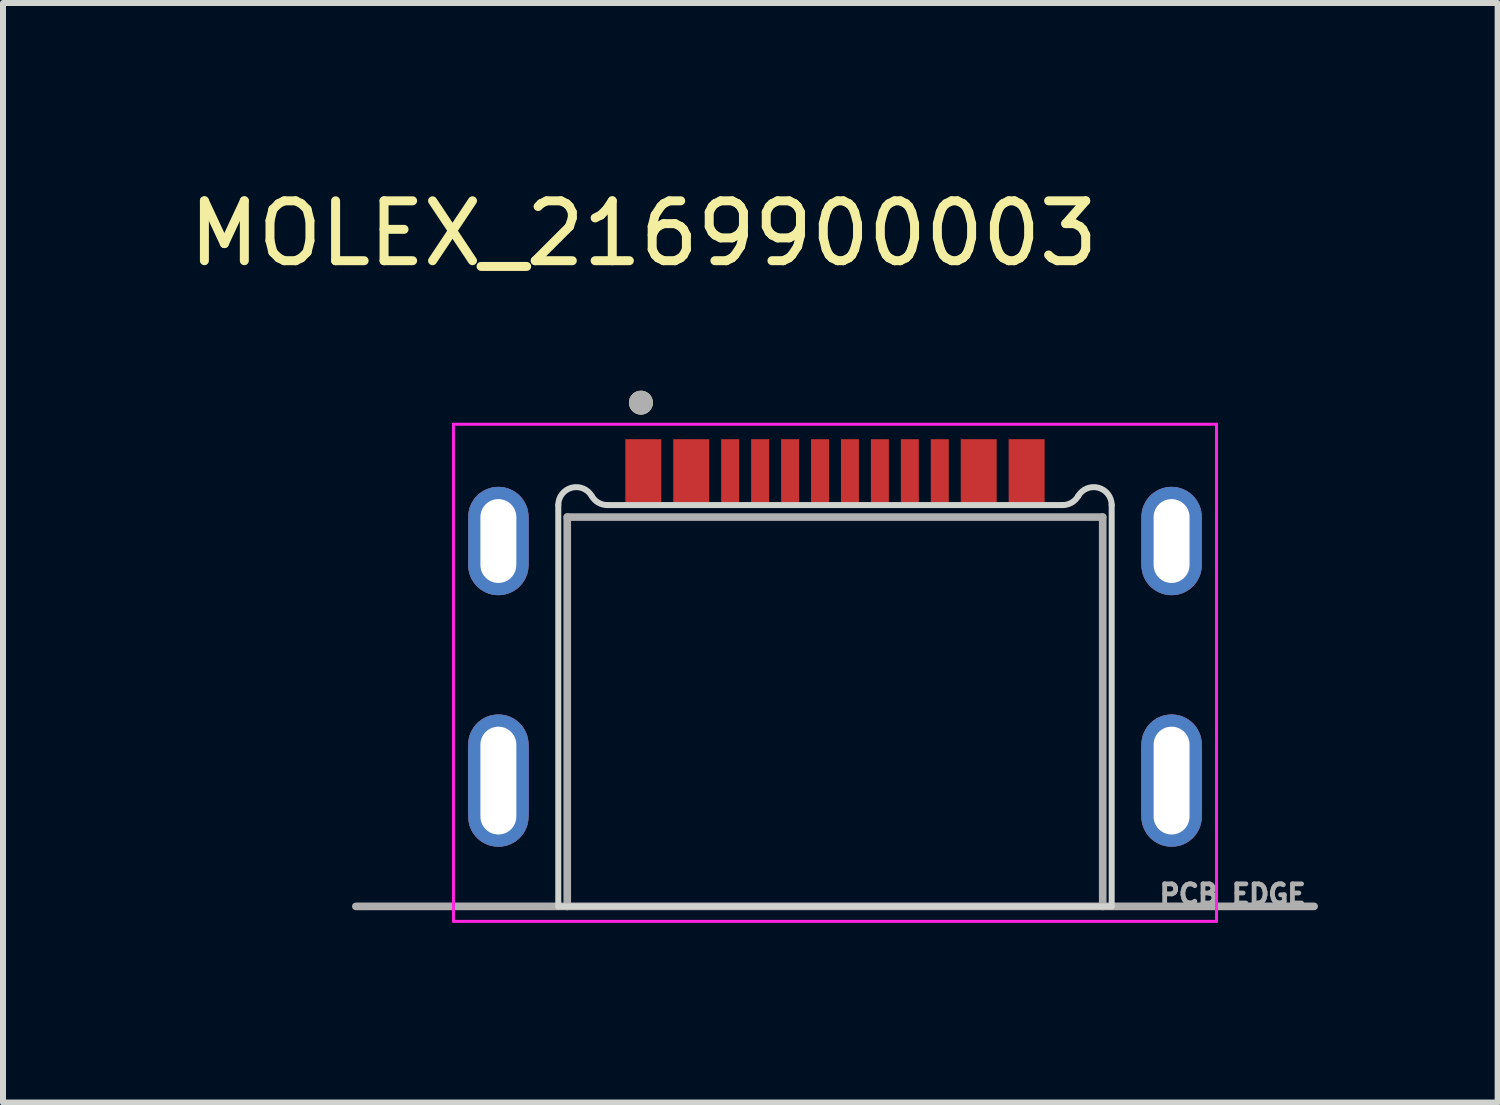
<source format=kicad_pcb>
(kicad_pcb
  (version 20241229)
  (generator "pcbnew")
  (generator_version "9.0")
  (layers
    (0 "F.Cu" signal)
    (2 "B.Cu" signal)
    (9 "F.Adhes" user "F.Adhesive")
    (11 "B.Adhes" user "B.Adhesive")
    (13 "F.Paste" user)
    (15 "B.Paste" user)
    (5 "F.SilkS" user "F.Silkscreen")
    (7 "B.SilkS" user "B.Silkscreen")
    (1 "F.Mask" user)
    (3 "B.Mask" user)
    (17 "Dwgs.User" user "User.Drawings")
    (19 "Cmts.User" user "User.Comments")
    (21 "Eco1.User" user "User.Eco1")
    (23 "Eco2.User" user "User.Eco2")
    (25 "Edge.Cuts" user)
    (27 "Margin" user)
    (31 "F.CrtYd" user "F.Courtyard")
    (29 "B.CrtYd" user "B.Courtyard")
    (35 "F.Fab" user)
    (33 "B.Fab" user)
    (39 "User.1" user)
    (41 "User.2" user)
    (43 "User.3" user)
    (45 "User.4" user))
  (footprint "MOLEX_2169900003"
    (layer "F.Cu")
    (at 10.891 9.983)
    (property "Reference" "MOLEX_2169900003" (at -3.195 -9.135 0) (layer "F.SilkS") (effects (font (size 1 1) (thickness 0.15))))
    (attr through_hole)
    (fp_poly (pts (xy -6.12 -0.6) (xy -6.12 0.6) (xy -6.117 0.652) (xy -6.109 0.704) (xy -6.096 0.755) (xy -6.077 0.803) (xy -6.053 0.85) (xy -6.025 0.894) (xy -5.992 0.935) (xy -5.955 0.972) (xy -5.914 1.005) (xy -5.87 1.033) (xy -5.823 1.057) (xy -5.775 1.076) (xy -5.724 1.089) (xy -5.672 1.097) (xy -5.62 1.1) (xy -5.568 1.097) (xy -5.516 1.089) (xy -5.465 1.076) (xy -5.417 1.057) (xy -5.37 1.033) (xy -5.326 1.005) (xy -5.285 0.972) (xy -5.248 0.935) (xy -5.215 0.894) (xy -5.187 0.85) (xy -5.163 0.803) (xy -5.144 0.755) (xy -5.131 0.704) (xy -5.123 0.652) (xy -5.12 0.6) (xy -5.12 -0.6) (xy -5.123 -0.652) (xy -5.131 -0.704) (xy -5.144 -0.755) (xy -5.163 -0.803) (xy -5.187 -0.85) (xy -5.215 -0.894) (xy -5.248 -0.935) (xy -5.285 -0.972) (xy -5.326 -1.005) (xy -5.37 -1.033) (xy -5.417 -1.057) (xy -5.465 -1.076) (xy -5.516 -1.089) (xy -5.568 -1.097) (xy -5.62 -1.1) (xy -5.672 -1.097) (xy -5.724 -1.089) (xy -5.775 -1.076) (xy -5.823 -1.057) (xy -5.87 -1.033) (xy -5.914 -1.005) (xy -5.955 -0.972) (xy -5.992 -0.935) (xy -6.025 -0.894) (xy -6.053 -0.85) (xy -6.077 -0.803) (xy -6.096 -0.755) (xy -6.109 -0.704) (xy -6.117 -0.652) (xy -6.12 -0.6)) (stroke (width 0.01) (type solid)) (fill yes) (layer "F.Cu"))
    (fp_poly (pts (xy -5.12 -3.6) (xy -5.123 -3.548) (xy -5.131 -3.496) (xy -5.144 -3.445) (xy -5.163 -3.397) (xy -5.187 -3.35) (xy -5.215 -3.306) (xy -5.248 -3.265) (xy -5.285 -3.228) (xy -5.326 -3.195) (xy -5.37 -3.167) (xy -5.417 -3.143) (xy -5.465 -3.124) (xy -5.516 -3.111) (xy -5.568 -3.103) (xy -5.62 -3.1) (xy -5.672 -3.103) (xy -5.724 -3.111) (xy -5.775 -3.124) (xy -5.823 -3.143) (xy -5.87 -3.167) (xy -5.914 -3.195) (xy -5.955 -3.228) (xy -5.992 -3.265) (xy -6.025 -3.306) (xy -6.053 -3.35) (xy -6.077 -3.397) (xy -6.096 -3.445) (xy -6.109 -3.496) (xy -6.117 -3.548) (xy -6.12 -3.6) (xy -6.12 -4.4) (xy -6.117 -4.452) (xy -6.109 -4.504) (xy -6.096 -4.555) (xy -6.077 -4.603) (xy -6.053 -4.65) (xy -6.025 -4.694) (xy -5.992 -4.735) (xy -5.955 -4.772) (xy -5.914 -4.805) (xy -5.87 -4.833) (xy -5.823 -4.857) (xy -5.775 -4.876) (xy -5.724 -4.889) (xy -5.672 -4.897) (xy -5.62 -4.9) (xy -5.568 -4.897) (xy -5.516 -4.889) (xy -5.465 -4.876) (xy -5.417 -4.857) (xy -5.37 -4.833) (xy -5.326 -4.805) (xy -5.285 -4.772) (xy -5.248 -4.735) (xy -5.215 -4.694) (xy -5.187 -4.65) (xy -5.163 -4.603) (xy -5.144 -4.555) (xy -5.131 -4.504) (xy -5.123 -4.452) (xy -5.12 -4.4) (xy -5.12 -3.6)) (stroke (width 0.01) (type solid)) (fill yes) (layer "F.Cu"))
    (fp_poly (pts (xy 5.12 -4.4) (xy 5.12 -3.6) (xy 5.123 -3.548) (xy 5.131 -3.496) (xy 5.144 -3.445) (xy 5.163 -3.397) (xy 5.187 -3.35) (xy 5.215 -3.306) (xy 5.248 -3.265) (xy 5.285 -3.228) (xy 5.326 -3.195) (xy 5.37 -3.167) (xy 5.417 -3.143) (xy 5.465 -3.124) (xy 5.516 -3.111) (xy 5.568 -3.103) (xy 5.62 -3.1) (xy 5.672 -3.103) (xy 5.724 -3.111) (xy 5.775 -3.124) (xy 5.823 -3.143) (xy 5.87 -3.167) (xy 5.914 -3.195) (xy 5.955 -3.228) (xy 5.992 -3.265) (xy 6.025 -3.306) (xy 6.053 -3.35) (xy 6.077 -3.397) (xy 6.096 -3.445) (xy 6.109 -3.496) (xy 6.117 -3.548) (xy 6.12 -3.6) (xy 6.12 -4.4) (xy 6.117 -4.452) (xy 6.109 -4.504) (xy 6.096 -4.555) (xy 6.077 -4.603) (xy 6.053 -4.65) (xy 6.025 -4.694) (xy 5.992 -4.735) (xy 5.955 -4.772) (xy 5.914 -4.805) (xy 5.87 -4.833) (xy 5.823 -4.857) (xy 5.775 -4.876) (xy 5.724 -4.889) (xy 5.672 -4.897) (xy 5.62 -4.9) (xy 5.568 -4.897) (xy 5.516 -4.889) (xy 5.465 -4.876) (xy 5.417 -4.857) (xy 5.37 -4.833) (xy 5.326 -4.805) (xy 5.285 -4.772) (xy 5.248 -4.735) (xy 5.215 -4.694) (xy 5.187 -4.65) (xy 5.163 -4.603) (xy 5.144 -4.555) (xy 5.131 -4.504) (xy 5.123 -4.452) (xy 5.12 -4.4)) (stroke (width 0.01) (type solid)) (fill yes) (layer "F.Cu"))
    (fp_poly (pts (xy 5.12 -0.6) (xy 5.12 0.6) (xy 5.123 0.652) (xy 5.131 0.704) (xy 5.144 0.755) (xy 5.163 0.803) (xy 5.187 0.85) (xy 5.215 0.894) (xy 5.248 0.935) (xy 5.285 0.972) (xy 5.326 1.005) (xy 5.37 1.033) (xy 5.417 1.057) (xy 5.465 1.076) (xy 5.516 1.089) (xy 5.568 1.097) (xy 5.62 1.1) (xy 5.672 1.097) (xy 5.724 1.089) (xy 5.775 1.076) (xy 5.823 1.057) (xy 5.87 1.033) (xy 5.914 1.005) (xy 5.955 0.972) (xy 5.992 0.935) (xy 6.025 0.894) (xy 6.053 0.85) (xy 6.077 0.803) (xy 6.096 0.755) (xy 6.109 0.704) (xy 6.117 0.652) (xy 6.12 0.6) (xy 6.12 -0.6) (xy 6.117 -0.652) (xy 6.109 -0.704) (xy 6.096 -0.755) (xy 6.077 -0.803) (xy 6.053 -0.85) (xy 6.025 -0.894) (xy 5.992 -0.935) (xy 5.955 -0.972) (xy 5.914 -1.005) (xy 5.87 -1.033) (xy 5.823 -1.057) (xy 5.775 -1.076) (xy 5.724 -1.089) (xy 5.672 -1.097) (xy 5.62 -1.1) (xy 5.568 -1.097) (xy 5.516 -1.089) (xy 5.465 -1.076) (xy 5.417 -1.057) (xy 5.37 -1.033) (xy 5.326 -1.005) (xy 5.285 -0.972) (xy 5.248 -0.935) (xy 5.215 -0.894) (xy 5.187 -0.85) (xy 5.163 -0.803) (xy 5.144 -0.755) (xy 5.131 -0.704) (xy 5.123 -0.652) (xy 5.12 -0.6)) (stroke (width 0.01) (type solid)) (fill yes) (layer "F.Cu"))
    (fp_poly (pts (xy -6.22 -4.4) (xy -6.22 -3.6) (xy -6.217 -3.537) (xy -6.207 -3.475) (xy -6.191 -3.415) (xy -6.168 -3.356) (xy -6.14 -3.3) (xy -6.105 -3.247) (xy -6.066 -3.199) (xy -6.021 -3.154) (xy -5.973 -3.115) (xy -5.92 -3.08) (xy -5.864 -3.052) (xy -5.805 -3.029) (xy -5.745 -3.013) (xy -5.683 -3.003) (xy -5.62 -3) (xy -5.557 -3.003) (xy -5.495 -3.013) (xy -5.435 -3.029) (xy -5.376 -3.052) (xy -5.32 -3.08) (xy -5.267 -3.115) (xy -5.219 -3.154) (xy -5.174 -3.199) (xy -5.135 -3.247) (xy -5.1 -3.3) (xy -5.072 -3.356) (xy -5.049 -3.415) (xy -5.033 -3.475) (xy -5.023 -3.537) (xy -5.02 -3.6) (xy -5.02 -4.4) (xy -5.023 -4.463) (xy -5.033 -4.525) (xy -5.049 -4.585) (xy -5.072 -4.644) (xy -5.1 -4.7) (xy -5.135 -4.753) (xy -5.174 -4.801) (xy -5.219 -4.846) (xy -5.267 -4.885) (xy -5.32 -4.92) (xy -5.376 -4.948) (xy -5.435 -4.971) (xy -5.495 -4.987) (xy -5.557 -4.997) (xy -5.62 -5) (xy -5.683 -4.997) (xy -5.745 -4.987) (xy -5.805 -4.971) (xy -5.864 -4.948) (xy -5.92 -4.92) (xy -5.973 -4.885) (xy -6.021 -4.846) (xy -6.066 -4.801) (xy -6.105 -4.753) (xy -6.14 -4.7) (xy -6.168 -4.644) (xy -6.191 -4.585) (xy -6.207 -4.525) (xy -6.217 -4.463) (xy -6.22 -4.4)) (stroke (width 0.01) (type solid)) (fill yes) (layer "F.Mask"))
    (fp_poly (pts (xy -5.02 0.6) (xy -5.023 0.663) (xy -5.033 0.725) (xy -5.049 0.785) (xy -5.072 0.844) (xy -5.1 0.9) (xy -5.135 0.953) (xy -5.174 1.001) (xy -5.219 1.046) (xy -5.267 1.085) (xy -5.32 1.12) (xy -5.376 1.148) (xy -5.435 1.171) (xy -5.495 1.187) (xy -5.557 1.197) (xy -5.62 1.2) (xy -5.683 1.197) (xy -5.745 1.187) (xy -5.805 1.171) (xy -5.864 1.148) (xy -5.92 1.12) (xy -5.973 1.085) (xy -6.021 1.046) (xy -6.066 1.001) (xy -6.105 0.953) (xy -6.14 0.9) (xy -6.168 0.844) (xy -6.191 0.785) (xy -6.207 0.725) (xy -6.217 0.663) (xy -6.22 0.6) (xy -6.22 -0.6) (xy -6.217 -0.663) (xy -6.207 -0.725) (xy -6.191 -0.785) (xy -6.168 -0.844) (xy -6.14 -0.9) (xy -6.105 -0.953) (xy -6.066 -1.001) (xy -6.021 -1.046) (xy -5.973 -1.085) (xy -5.92 -1.12) (xy -5.864 -1.148) (xy -5.805 -1.171) (xy -5.745 -1.187) (xy -5.683 -1.197) (xy -5.62 -1.2) (xy -5.557 -1.197) (xy -5.495 -1.187) (xy -5.435 -1.171) (xy -5.376 -1.148) (xy -5.32 -1.12) (xy -5.267 -1.085) (xy -5.219 -1.046) (xy -5.174 -1.001) (xy -5.135 -0.953) (xy -5.1 -0.9) (xy -5.072 -0.844) (xy -5.049 -0.785) (xy -5.033 -0.725) (xy -5.023 -0.663) (xy -5.02 -0.6) (xy -5.02 0.6)) (stroke (width 0.01) (type solid)) (fill yes) (layer "F.Mask"))
    (fp_poly (pts (xy 5.02 -0.6) (xy 5.02 0.6) (xy 5.023 0.663) (xy 5.033 0.725) (xy 5.049 0.785) (xy 5.072 0.844) (xy 5.1 0.9) (xy 5.135 0.953) (xy 5.174 1.001) (xy 5.219 1.046) (xy 5.267 1.085) (xy 5.32 1.12) (xy 5.376 1.148) (xy 5.435 1.171) (xy 5.495 1.187) (xy 5.557 1.197) (xy 5.62 1.2) (xy 5.683 1.197) (xy 5.745 1.187) (xy 5.805 1.171) (xy 5.864 1.148) (xy 5.92 1.12) (xy 5.973 1.085) (xy 6.021 1.046) (xy 6.066 1.001) (xy 6.105 0.953) (xy 6.14 0.9) (xy 6.168 0.844) (xy 6.191 0.785) (xy 6.207 0.725) (xy 6.217 0.663) (xy 6.22 0.6) (xy 6.22 -0.6) (xy 6.217 -0.663) (xy 6.207 -0.725) (xy 6.191 -0.785) (xy 6.168 -0.844) (xy 6.14 -0.9) (xy 6.105 -0.953) (xy 6.066 -1.001) (xy 6.021 -1.046) (xy 5.973 -1.085) (xy 5.92 -1.12) (xy 5.864 -1.148) (xy 5.805 -1.171) (xy 5.745 -1.187) (xy 5.683 -1.197) (xy 5.62 -1.2) (xy 5.557 -1.197) (xy 5.495 -1.187) (xy 5.435 -1.171) (xy 5.376 -1.148) (xy 5.32 -1.12) (xy 5.267 -1.085) (xy 5.219 -1.046) (xy 5.174 -1.001) (xy 5.135 -0.953) (xy 5.1 -0.9) (xy 5.072 -0.844) (xy 5.049 -0.785) (xy 5.033 -0.725) (xy 5.023 -0.663) (xy 5.02 -0.6)) (stroke (width 0.01) (type solid)) (fill yes) (layer "F.Mask"))
    (fp_poly (pts (xy 6.22 -3.6) (xy 6.217 -3.537) (xy 6.207 -3.475) (xy 6.191 -3.415) (xy 6.168 -3.356) (xy 6.14 -3.3) (xy 6.105 -3.247) (xy 6.066 -3.199) (xy 6.021 -3.154) (xy 5.973 -3.115) (xy 5.92 -3.08) (xy 5.864 -3.052) (xy 5.805 -3.029) (xy 5.745 -3.013) (xy 5.683 -3.003) (xy 5.62 -3) (xy 5.557 -3.003) (xy 5.495 -3.013) (xy 5.435 -3.029) (xy 5.376 -3.052) (xy 5.32 -3.08) (xy 5.267 -3.115) (xy 5.219 -3.154) (xy 5.174 -3.199) (xy 5.135 -3.247) (xy 5.1 -3.3) (xy 5.072 -3.356) (xy 5.049 -3.415) (xy 5.033 -3.475) (xy 5.023 -3.537) (xy 5.02 -3.6) (xy 5.02 -4.4) (xy 5.023 -4.463) (xy 5.033 -4.525) (xy 5.049 -4.585) (xy 5.072 -4.644) (xy 5.1 -4.7) (xy 5.135 -4.753) (xy 5.174 -4.801) (xy 5.219 -4.846) (xy 5.267 -4.885) (xy 5.32 -4.92) (xy 5.376 -4.948) (xy 5.435 -4.971) (xy 5.495 -4.987) (xy 5.557 -4.997) (xy 5.62 -5) (xy 5.683 -4.997) (xy 5.745 -4.987) (xy 5.805 -4.971) (xy 5.864 -4.948) (xy 5.92 -4.92) (xy 5.973 -4.885) (xy 6.021 -4.846) (xy 6.066 -4.801) (xy 6.105 -4.753) (xy 6.14 -4.7) (xy 6.168 -4.644) (xy 6.191 -4.585) (xy 6.207 -4.525) (xy 6.217 -4.463) (xy 6.22 -4.4) (xy 6.22 -3.6)) (stroke (width 0.01) (type solid)) (fill yes) (layer "F.Mask"))
    (fp_poly (pts (xy -6.12 -0.6) (xy -6.12 0.6) (xy -6.117 0.652) (xy -6.109 0.704) (xy -6.096 0.755) (xy -6.077 0.803) (xy -6.053 0.85) (xy -6.025 0.894) (xy -5.992 0.935) (xy -5.955 0.972) (xy -5.914 1.005) (xy -5.87 1.033) (xy -5.823 1.057) (xy -5.775 1.076) (xy -5.724 1.089) (xy -5.672 1.097) (xy -5.62 1.1) (xy -5.568 1.097) (xy -5.516 1.089) (xy -5.465 1.076) (xy -5.417 1.057) (xy -5.37 1.033) (xy -5.326 1.005) (xy -5.285 0.972) (xy -5.248 0.935) (xy -5.215 0.894) (xy -5.187 0.85) (xy -5.163 0.803) (xy -5.144 0.755) (xy -5.131 0.704) (xy -5.123 0.652) (xy -5.12 0.6) (xy -5.12 -0.6) (xy -5.123 -0.652) (xy -5.131 -0.704) (xy -5.144 -0.755) (xy -5.163 -0.803) (xy -5.187 -0.85) (xy -5.215 -0.894) (xy -5.248 -0.935) (xy -5.285 -0.972) (xy -5.326 -1.005) (xy -5.37 -1.033) (xy -5.417 -1.057) (xy -5.465 -1.076) (xy -5.516 -1.089) (xy -5.568 -1.097) (xy -5.62 -1.1) (xy -5.672 -1.097) (xy -5.724 -1.089) (xy -5.775 -1.076) (xy -5.823 -1.057) (xy -5.87 -1.033) (xy -5.914 -1.005) (xy -5.955 -0.972) (xy -5.992 -0.935) (xy -6.025 -0.894) (xy -6.053 -0.85) (xy -6.077 -0.803) (xy -6.096 -0.755) (xy -6.109 -0.704) (xy -6.117 -0.652) (xy -6.12 -0.6)) (stroke (width 0.01) (type solid)) (fill yes) (layer "B.Cu"))
    (fp_poly (pts (xy -5.12 -3.6) (xy -5.123 -3.548) (xy -5.131 -3.496) (xy -5.144 -3.445) (xy -5.163 -3.397) (xy -5.187 -3.35) (xy -5.215 -3.306) (xy -5.248 -3.265) (xy -5.285 -3.228) (xy -5.326 -3.195) (xy -5.37 -3.167) (xy -5.417 -3.143) (xy -5.465 -3.124) (xy -5.516 -3.111) (xy -5.568 -3.103) (xy -5.62 -3.1) (xy -5.672 -3.103) (xy -5.724 -3.111) (xy -5.775 -3.124) (xy -5.823 -3.143) (xy -5.87 -3.167) (xy -5.914 -3.195) (xy -5.955 -3.228) (xy -5.992 -3.265) (xy -6.025 -3.306) (xy -6.053 -3.35) (xy -6.077 -3.397) (xy -6.096 -3.445) (xy -6.109 -3.496) (xy -6.117 -3.548) (xy -6.12 -3.6) (xy -6.12 -4.4) (xy -6.117 -4.452) (xy -6.109 -4.504) (xy -6.096 -4.555) (xy -6.077 -4.603) (xy -6.053 -4.65) (xy -6.025 -4.694) (xy -5.992 -4.735) (xy -5.955 -4.772) (xy -5.914 -4.805) (xy -5.87 -4.833) (xy -5.823 -4.857) (xy -5.775 -4.876) (xy -5.724 -4.889) (xy -5.672 -4.897) (xy -5.62 -4.9) (xy -5.568 -4.897) (xy -5.516 -4.889) (xy -5.465 -4.876) (xy -5.417 -4.857) (xy -5.37 -4.833) (xy -5.326 -4.805) (xy -5.285 -4.772) (xy -5.248 -4.735) (xy -5.215 -4.694) (xy -5.187 -4.65) (xy -5.163 -4.603) (xy -5.144 -4.555) (xy -5.131 -4.504) (xy -5.123 -4.452) (xy -5.12 -4.4) (xy -5.12 -3.6)) (stroke (width 0.01) (type solid)) (fill yes) (layer "B.Cu"))
    (fp_poly (pts (xy 5.12 -4.4) (xy 5.12 -3.6) (xy 5.123 -3.548) (xy 5.131 -3.496) (xy 5.144 -3.445) (xy 5.163 -3.397) (xy 5.187 -3.35) (xy 5.215 -3.306) (xy 5.248 -3.265) (xy 5.285 -3.228) (xy 5.326 -3.195) (xy 5.37 -3.167) (xy 5.417 -3.143) (xy 5.465 -3.124) (xy 5.516 -3.111) (xy 5.568 -3.103) (xy 5.62 -3.1) (xy 5.672 -3.103) (xy 5.724 -3.111) (xy 5.775 -3.124) (xy 5.823 -3.143) (xy 5.87 -3.167) (xy 5.914 -3.195) (xy 5.955 -3.228) (xy 5.992 -3.265) (xy 6.025 -3.306) (xy 6.053 -3.35) (xy 6.077 -3.397) (xy 6.096 -3.445) (xy 6.109 -3.496) (xy 6.117 -3.548) (xy 6.12 -3.6) (xy 6.12 -4.4) (xy 6.117 -4.452) (xy 6.109 -4.504) (xy 6.096 -4.555) (xy 6.077 -4.603) (xy 6.053 -4.65) (xy 6.025 -4.694) (xy 5.992 -4.735) (xy 5.955 -4.772) (xy 5.914 -4.805) (xy 5.87 -4.833) (xy 5.823 -4.857) (xy 5.775 -4.876) (xy 5.724 -4.889) (xy 5.672 -4.897) (xy 5.62 -4.9) (xy 5.568 -4.897) (xy 5.516 -4.889) (xy 5.465 -4.876) (xy 5.417 -4.857) (xy 5.37 -4.833) (xy 5.326 -4.805) (xy 5.285 -4.772) (xy 5.248 -4.735) (xy 5.215 -4.694) (xy 5.187 -4.65) (xy 5.163 -4.603) (xy 5.144 -4.555) (xy 5.131 -4.504) (xy 5.123 -4.452) (xy 5.12 -4.4)) (stroke (width 0.01) (type solid)) (fill yes) (layer "B.Cu"))
    (fp_poly (pts (xy 5.12 -0.6) (xy 5.12 0.6) (xy 5.123 0.652) (xy 5.131 0.704) (xy 5.144 0.755) (xy 5.163 0.803) (xy 5.187 0.85) (xy 5.215 0.894) (xy 5.248 0.935) (xy 5.285 0.972) (xy 5.326 1.005) (xy 5.37 1.033) (xy 5.417 1.057) (xy 5.465 1.076) (xy 5.516 1.089) (xy 5.568 1.097) (xy 5.62 1.1) (xy 5.672 1.097) (xy 5.724 1.089) (xy 5.775 1.076) (xy 5.823 1.057) (xy 5.87 1.033) (xy 5.914 1.005) (xy 5.955 0.972) (xy 5.992 0.935) (xy 6.025 0.894) (xy 6.053 0.85) (xy 6.077 0.803) (xy 6.096 0.755) (xy 6.109 0.704) (xy 6.117 0.652) (xy 6.12 0.6) (xy 6.12 -0.6) (xy 6.117 -0.652) (xy 6.109 -0.704) (xy 6.096 -0.755) (xy 6.077 -0.803) (xy 6.053 -0.85) (xy 6.025 -0.894) (xy 5.992 -0.935) (xy 5.955 -0.972) (xy 5.914 -1.005) (xy 5.87 -1.033) (xy 5.823 -1.057) (xy 5.775 -1.076) (xy 5.724 -1.089) (xy 5.672 -1.097) (xy 5.62 -1.1) (xy 5.568 -1.097) (xy 5.516 -1.089) (xy 5.465 -1.076) (xy 5.417 -1.057) (xy 5.37 -1.033) (xy 5.326 -1.005) (xy 5.285 -0.972) (xy 5.248 -0.935) (xy 5.215 -0.894) (xy 5.187 -0.85) (xy 5.163 -0.803) (xy 5.144 -0.755) (xy 5.131 -0.704) (xy 5.123 -0.652) (xy 5.12 -0.6)) (stroke (width 0.01) (type solid)) (fill yes) (layer "B.Cu"))
    (fp_poly (pts (xy -6.22 -4.4) (xy -6.22 -3.6) (xy -6.217 -3.537) (xy -6.207 -3.475) (xy -6.191 -3.415) (xy -6.168 -3.356) (xy -6.14 -3.3) (xy -6.105 -3.247) (xy -6.066 -3.199) (xy -6.021 -3.154) (xy -5.973 -3.115) (xy -5.92 -3.08) (xy -5.864 -3.052) (xy -5.805 -3.029) (xy -5.745 -3.013) (xy -5.683 -3.003) (xy -5.62 -3) (xy -5.557 -3.003) (xy -5.495 -3.013) (xy -5.435 -3.029) (xy -5.376 -3.052) (xy -5.32 -3.08) (xy -5.267 -3.115) (xy -5.219 -3.154) (xy -5.174 -3.199) (xy -5.135 -3.247) (xy -5.1 -3.3) (xy -5.072 -3.356) (xy -5.049 -3.415) (xy -5.033 -3.475) (xy -5.023 -3.537) (xy -5.02 -3.6) (xy -5.02 -4.4) (xy -5.023 -4.463) (xy -5.033 -4.525) (xy -5.049 -4.585) (xy -5.072 -4.644) (xy -5.1 -4.7) (xy -5.135 -4.753) (xy -5.174 -4.801) (xy -5.219 -4.846) (xy -5.267 -4.885) (xy -5.32 -4.92) (xy -5.376 -4.948) (xy -5.435 -4.971) (xy -5.495 -4.987) (xy -5.557 -4.997) (xy -5.62 -5) (xy -5.683 -4.997) (xy -5.745 -4.987) (xy -5.805 -4.971) (xy -5.864 -4.948) (xy -5.92 -4.92) (xy -5.973 -4.885) (xy -6.021 -4.846) (xy -6.066 -4.801) (xy -6.105 -4.753) (xy -6.14 -4.7) (xy -6.168 -4.644) (xy -6.191 -4.585) (xy -6.207 -4.525) (xy -6.217 -4.463) (xy -6.22 -4.4)) (stroke (width 0.01) (type solid)) (fill yes) (layer "B.Mask"))
    (fp_poly (pts (xy -5.02 0.6) (xy -5.023 0.663) (xy -5.033 0.725) (xy -5.049 0.785) (xy -5.072 0.844) (xy -5.1 0.9) (xy -5.135 0.953) (xy -5.174 1.001) (xy -5.219 1.046) (xy -5.267 1.085) (xy -5.32 1.12) (xy -5.376 1.148) (xy -5.435 1.171) (xy -5.495 1.187) (xy -5.557 1.197) (xy -5.62 1.2) (xy -5.683 1.197) (xy -5.745 1.187) (xy -5.805 1.171) (xy -5.864 1.148) (xy -5.92 1.12) (xy -5.973 1.085) (xy -6.021 1.046) (xy -6.066 1.001) (xy -6.105 0.953) (xy -6.14 0.9) (xy -6.168 0.844) (xy -6.191 0.785) (xy -6.207 0.725) (xy -6.217 0.663) (xy -6.22 0.6) (xy -6.22 -0.6) (xy -6.217 -0.663) (xy -6.207 -0.725) (xy -6.191 -0.785) (xy -6.168 -0.844) (xy -6.14 -0.9) (xy -6.105 -0.953) (xy -6.066 -1.001) (xy -6.021 -1.046) (xy -5.973 -1.085) (xy -5.92 -1.12) (xy -5.864 -1.148) (xy -5.805 -1.171) (xy -5.745 -1.187) (xy -5.683 -1.197) (xy -5.62 -1.2) (xy -5.557 -1.197) (xy -5.495 -1.187) (xy -5.435 -1.171) (xy -5.376 -1.148) (xy -5.32 -1.12) (xy -5.267 -1.085) (xy -5.219 -1.046) (xy -5.174 -1.001) (xy -5.135 -0.953) (xy -5.1 -0.9) (xy -5.072 -0.844) (xy -5.049 -0.785) (xy -5.033 -0.725) (xy -5.023 -0.663) (xy -5.02 -0.6) (xy -5.02 0.6)) (stroke (width 0.01) (type solid)) (fill yes) (layer "B.Mask"))
    (fp_poly (pts (xy 5.02 -0.6) (xy 5.02 0.6) (xy 5.023 0.663) (xy 5.033 0.725) (xy 5.049 0.785) (xy 5.072 0.844) (xy 5.1 0.9) (xy 5.135 0.953) (xy 5.174 1.001) (xy 5.219 1.046) (xy 5.267 1.085) (xy 5.32 1.12) (xy 5.376 1.148) (xy 5.435 1.171) (xy 5.495 1.187) (xy 5.557 1.197) (xy 5.62 1.2) (xy 5.683 1.197) (xy 5.745 1.187) (xy 5.805 1.171) (xy 5.864 1.148) (xy 5.92 1.12) (xy 5.973 1.085) (xy 6.021 1.046) (xy 6.066 1.001) (xy 6.105 0.953) (xy 6.14 0.9) (xy 6.168 0.844) (xy 6.191 0.785) (xy 6.207 0.725) (xy 6.217 0.663) (xy 6.22 0.6) (xy 6.22 -0.6) (xy 6.217 -0.663) (xy 6.207 -0.725) (xy 6.191 -0.785) (xy 6.168 -0.844) (xy 6.14 -0.9) (xy 6.105 -0.953) (xy 6.066 -1.001) (xy 6.021 -1.046) (xy 5.973 -1.085) (xy 5.92 -1.12) (xy 5.864 -1.148) (xy 5.805 -1.171) (xy 5.745 -1.187) (xy 5.683 -1.197) (xy 5.62 -1.2) (xy 5.557 -1.197) (xy 5.495 -1.187) (xy 5.435 -1.171) (xy 5.376 -1.148) (xy 5.32 -1.12) (xy 5.267 -1.085) (xy 5.219 -1.046) (xy 5.174 -1.001) (xy 5.135 -0.953) (xy 5.1 -0.9) (xy 5.072 -0.844) (xy 5.049 -0.785) (xy 5.033 -0.725) (xy 5.023 -0.663) (xy 5.02 -0.6)) (stroke (width 0.01) (type solid)) (fill yes) (layer "B.Mask"))
    (fp_poly (pts (xy 6.22 -3.6) (xy 6.217 -3.537) (xy 6.207 -3.475) (xy 6.191 -3.415) (xy 6.168 -3.356) (xy 6.14 -3.3) (xy 6.105 -3.247) (xy 6.066 -3.199) (xy 6.021 -3.154) (xy 5.973 -3.115) (xy 5.92 -3.08) (xy 5.864 -3.052) (xy 5.805 -3.029) (xy 5.745 -3.013) (xy 5.683 -3.003) (xy 5.62 -3) (xy 5.557 -3.003) (xy 5.495 -3.013) (xy 5.435 -3.029) (xy 5.376 -3.052) (xy 5.32 -3.08) (xy 5.267 -3.115) (xy 5.219 -3.154) (xy 5.174 -3.199) (xy 5.135 -3.247) (xy 5.1 -3.3) (xy 5.072 -3.356) (xy 5.049 -3.415) (xy 5.033 -3.475) (xy 5.023 -3.537) (xy 5.02 -3.6) (xy 5.02 -4.4) (xy 5.023 -4.463) (xy 5.033 -4.525) (xy 5.049 -4.585) (xy 5.072 -4.644) (xy 5.1 -4.7) (xy 5.135 -4.753) (xy 5.174 -4.801) (xy 5.219 -4.846) (xy 5.267 -4.885) (xy 5.32 -4.92) (xy 5.376 -4.948) (xy 5.435 -4.971) (xy 5.495 -4.987) (xy 5.557 -4.997) (xy 5.62 -5) (xy 5.683 -4.997) (xy 5.745 -4.987) (xy 5.805 -4.971) (xy 5.864 -4.948) (xy 5.92 -4.92) (xy 5.973 -4.885) (xy 6.021 -4.846) (xy 6.066 -4.801) (xy 6.105 -4.753) (xy 6.14 -4.7) (xy 6.168 -4.644) (xy 6.191 -4.585) (xy 6.207 -4.525) (xy 6.217 -4.463) (xy 6.22 -4.4) (xy 6.22 -3.6)) (stroke (width 0.01) (type solid)) (fill yes) (layer "B.Mask"))
    (fp_circle (center -3.24 -6.31) (end -3.14 -6.31) (stroke (width 0.2) (type solid)) (fill no) (layer "F.SilkS"))
    (fp_line (start -4.62 2.1) (end -4.62 -4.6) (stroke (width 0.1) (type solid)) (layer "Edge.Cuts"))
    (fp_line (start -4.62 2.1) (end 4.62 2.1) (stroke (width 0.1) (type solid)) (layer "Edge.Cuts"))
    (fp_line (start -3.8 -4.6) (end 3.8 -4.6) (stroke (width 0.1) (type solid)) (layer "Edge.Cuts"))
    (fp_line (start 4.62 2.1) (end 4.62 -4.6) (stroke (width 0.1) (type solid)) (layer "Edge.Cuts"))
    (fp_arc (start -4.62 -4.6) (mid -4.397646 -4.889778) (end -4.060191 -4.750001) (stroke (width 0.1) (type solid)) (layer "Edge.Cuts"))
    (fp_arc (start -3.80038 -4.6) (mid -3.950382 -4.640191) (end -4.060191 -4.75) (stroke (width 0.1) (type solid)) (layer "Edge.Cuts"))
    (fp_arc (start 4.06019 -4.75) (mid 3.950381 -4.640192) (end 3.80038 -4.6) (stroke (width 0.1) (type solid)) (layer "Edge.Cuts"))
    (fp_arc (start 4.06019 -4.75) (mid 4.397643 -4.889779) (end 4.62 -4.600001) (stroke (width 0.1) (type solid)) (layer "Edge.Cuts"))
    (fp_line (start -6.37 -5.95) (end -6.37 2.35) (stroke (width 0.05) (type solid)) (layer "F.CrtYd"))
    (fp_line (start -6.37 2.35) (end 6.37 2.35) (stroke (width 0.05) (type solid)) (layer "F.CrtYd"))
    (fp_line (start 6.37 -5.95) (end -6.37 -5.95) (stroke (width 0.05) (type solid)) (layer "F.CrtYd"))
    (fp_line (start 6.37 2.35) (end 6.37 -5.95) (stroke (width 0.05) (type solid)) (layer "F.CrtYd"))
    (fp_line (start -4.47 -4.4) (end 4.47 -4.4) (stroke (width 0.127) (type solid)) (layer "F.Fab"))
    (fp_line (start -4.47 2.1) (end -8 2.1) (stroke (width 0.127) (type solid)) (layer "F.Fab"))
    (fp_line (start -4.47 2.1) (end -4.47 -4.4) (stroke (width 0.127) (type solid)) (layer "F.Fab"))
    (fp_line (start -4.47 2.1) (end 4.47 2.1) (stroke (width 0.127) (type solid)) (layer "F.Fab"))
    (fp_line (start 4.47 -4.4) (end 4.47 2.1) (stroke (width 0.127) (type solid)) (layer "F.Fab"))
    (fp_line (start 4.47 2.1) (end 8 2.1) (stroke (width 0.127) (type solid)) (layer "F.Fab"))
    (fp_circle (center -3.24 -6.31) (end -3.14 -6.31) (stroke (width 0.2) (type solid)) (fill no) (layer "F.Fab"))
    (fp_text user "PCB EDGE" (at 6.64 1.9 0) (layer "F.Fab") (effects (font (size 0.32 0.32) (thickness 0.08))))
    (pad "A1" smd rect (at -3.2 -5.15) (size 0.6 1.1) (layers "F.Cu" "F.Mask" "F.Paste"))
    (pad "A4" smd rect (at -2.4 -5.15) (size 0.6 1.1) (layers "F.Cu" "F.Mask" "F.Paste"))
    (pad "A5" smd rect (at -1.25 -5.15) (size 0.3 1.1) (layers "F.Cu" "F.Mask" "F.Paste"))
    (pad "A6" smd rect (at -0.25 -5.15) (size 0.3 1.1) (layers "F.Cu" "F.Mask" "F.Paste"))
    (pad "A7" smd rect (at 0.25 -5.15) (size 0.3 1.1) (layers "F.Cu" "F.Mask" "F.Paste"))
    (pad "A8" smd rect (at 1.25 -5.15) (size 0.3 1.1) (layers "F.Cu" "F.Mask" "F.Paste"))
    (pad "B1" smd rect (at 3.2 -5.15) (size 0.6 1.1) (layers "F.Cu" "F.Mask" "F.Paste"))
    (pad "B4" smd rect (at 2.4 -5.15) (size 0.6 1.1) (layers "F.Cu" "F.Mask" "F.Paste"))
    (pad "B5" smd rect (at 1.75 -5.15) (size 0.3 1.1) (layers "F.Cu" "F.Mask" "F.Paste"))
    (pad "B6" smd rect (at 0.75 -5.15) (size 0.3 1.1) (layers "F.Cu" "F.Mask" "F.Paste"))
    (pad "B7" smd rect (at -0.75 -5.15) (size 0.3 1.1) (layers "F.Cu" "F.Mask" "F.Paste"))
    (pad "B8" smd rect (at -1.75 -5.15) (size 0.3 1.1) (layers "F.Cu" "F.Mask" "F.Paste"))
    (pad "S1" thru_hole oval (at -5.62 -4) (size 0.9 1.8) (drill oval 0.6 1.4) (layers "*.Cu"))
    (pad "S1" thru_hole oval (at -5.62 0) (size 1 2) (drill oval 0.6 1.8) (layers "*.Cu"))
    (pad "S1" thru_hole oval (at 5.62 -4) (size 0.9 1.8) (drill oval 0.6 1.4) (layers "*.Cu"))
    (pad "S1" thru_hole oval (at 5.62 0) (size 1 2) (drill oval 0.6 1.8) (layers "*.Cu")))
  (gr_rect
    (start -3 -3)
    (end 21.955 15.358)
    (stroke (width 0.1) (type default))
    (fill no)
    (layer "Edge.Cuts")))
</source>
